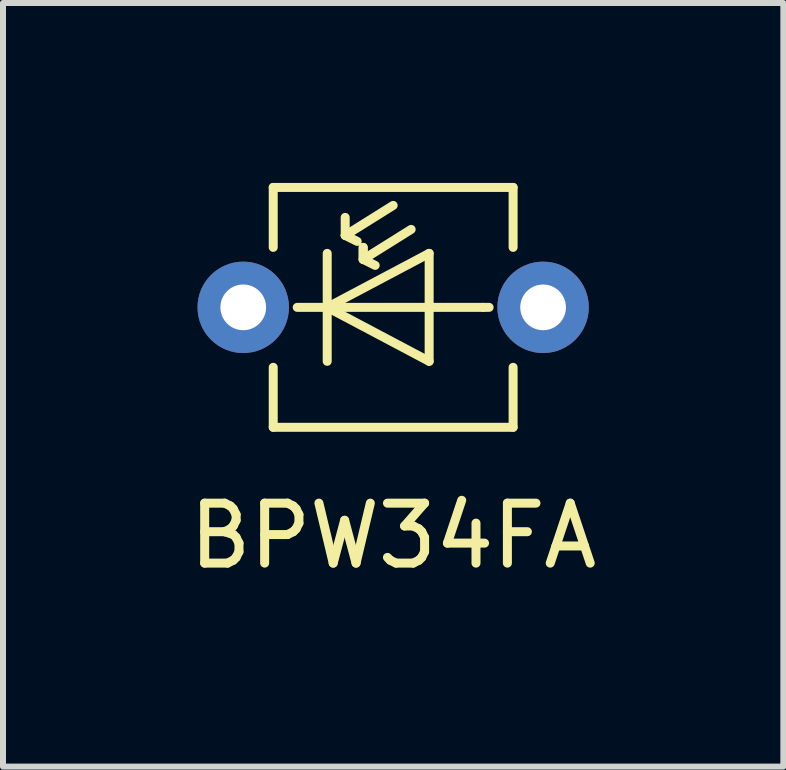
<source format=kicad_pcb>
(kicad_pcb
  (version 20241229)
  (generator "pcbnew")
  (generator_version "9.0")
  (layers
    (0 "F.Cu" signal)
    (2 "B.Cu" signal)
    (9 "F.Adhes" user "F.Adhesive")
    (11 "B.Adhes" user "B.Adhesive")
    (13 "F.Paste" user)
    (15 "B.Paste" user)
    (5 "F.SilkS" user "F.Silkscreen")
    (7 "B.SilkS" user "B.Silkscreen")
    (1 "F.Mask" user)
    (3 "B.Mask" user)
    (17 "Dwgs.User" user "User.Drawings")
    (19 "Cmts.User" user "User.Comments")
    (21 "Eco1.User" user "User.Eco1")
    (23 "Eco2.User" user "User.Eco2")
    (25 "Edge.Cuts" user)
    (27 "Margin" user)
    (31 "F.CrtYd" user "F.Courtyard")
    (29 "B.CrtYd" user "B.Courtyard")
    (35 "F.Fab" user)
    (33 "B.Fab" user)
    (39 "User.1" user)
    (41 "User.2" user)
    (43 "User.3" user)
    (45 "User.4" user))
  (footprint "BPW34FA"
    (layer "F.Cu")
    (at 3.506 2.075)
    (property "Reference" "BPW34FA" (at 0 3.81 0) (layer "F.SilkS") (effects (font (size 1 1) (thickness 0.15))))
    (attr through_hole)
    (fp_line (start -2 -2) (end -2 -1) (stroke (width 0.15) (type solid)) (layer "F.SilkS"))
    (fp_line (start -2 -2) (end 2 -2) (stroke (width 0.15) (type solid)) (layer "F.SilkS"))
    (fp_line (start -2 1) (end -2 2) (stroke (width 0.15) (type solid)) (layer "F.SilkS"))
    (fp_line (start -2 2) (end 2 2) (stroke (width 0.15) (type solid)) (layer "F.SilkS"))
    (fp_line (start -1.6 0) (end 1.5 0) (stroke (width 0.15) (type solid)) (layer "F.SilkS"))
    (fp_line (start -1.1 -0.9) (end -1.1 0.9) (stroke (width 0.15) (type solid)) (layer "F.SilkS"))
    (fp_line (start -1.1 0) (end 0.6 -0.9) (stroke (width 0.15) (type solid)) (layer "F.SilkS"))
    (fp_line (start -1.1 0) (end 0.6 0.9) (stroke (width 0.15) (type solid)) (layer "F.SilkS"))
    (fp_line (start -0.8 -1.2) (end -0.8 -1.5) (stroke (width 0.15) (type solid)) (layer "F.SilkS"))
    (fp_line (start -0.8 -1.2) (end -0.6 -1.1) (stroke (width 0.15) (type solid)) (layer "F.SilkS"))
    (fp_line (start -0.8 -1.2) (end 0 -1.7) (stroke (width 0.15) (type solid)) (layer "F.SilkS"))
    (fp_line (start -0.5 -1) (end -0.5 -0.8) (stroke (width 0.15) (type solid)) (layer "F.SilkS"))
    (fp_line (start -0.5 -0.8) (end -0.5 -1) (stroke (width 0.15) (type solid)) (layer "F.SilkS"))
    (fp_line (start -0.5 -0.8) (end -0.3 -0.7) (stroke (width 0.15) (type solid)) (layer "F.SilkS"))
    (fp_line (start -0.5 -0.8) (end 0.3 -1.3) (stroke (width 0.15) (type solid)) (layer "F.SilkS"))
    (fp_line (start 0.6 -0.9) (end 0.6 0) (stroke (width 0.15) (type solid)) (layer "F.SilkS"))
    (fp_line (start 0.6 0) (end 0.6 0.9) (stroke (width 0.15) (type solid)) (layer "F.SilkS"))
    (fp_line (start 1.5 0) (end 1.6 0) (stroke (width 0.15) (type solid)) (layer "F.SilkS"))
    (fp_line (start 2 -2) (end 2 -1) (stroke (width 0.15) (type solid)) (layer "F.SilkS"))
    (fp_line (start 2 1) (end 2 2) (stroke (width 0.15) (type solid)) (layer "F.SilkS"))
    (pad "1" thru_hole circle (at -2.5 0) (size 1.524 1.524) (drill 0.762) (layers "*.Cu" "*.Mask"))
    (pad "2" thru_hole circle (at 2.5 0) (size 1.524 1.524) (drill 0.762) (layers "*.Cu" "*.Mask")))
  (gr_rect
    (start -3 -3)
    (end 10.012 9.733)
    (stroke (width 0.1) (type default))
    (fill no)
    (layer "Edge.Cuts")))
</source>
